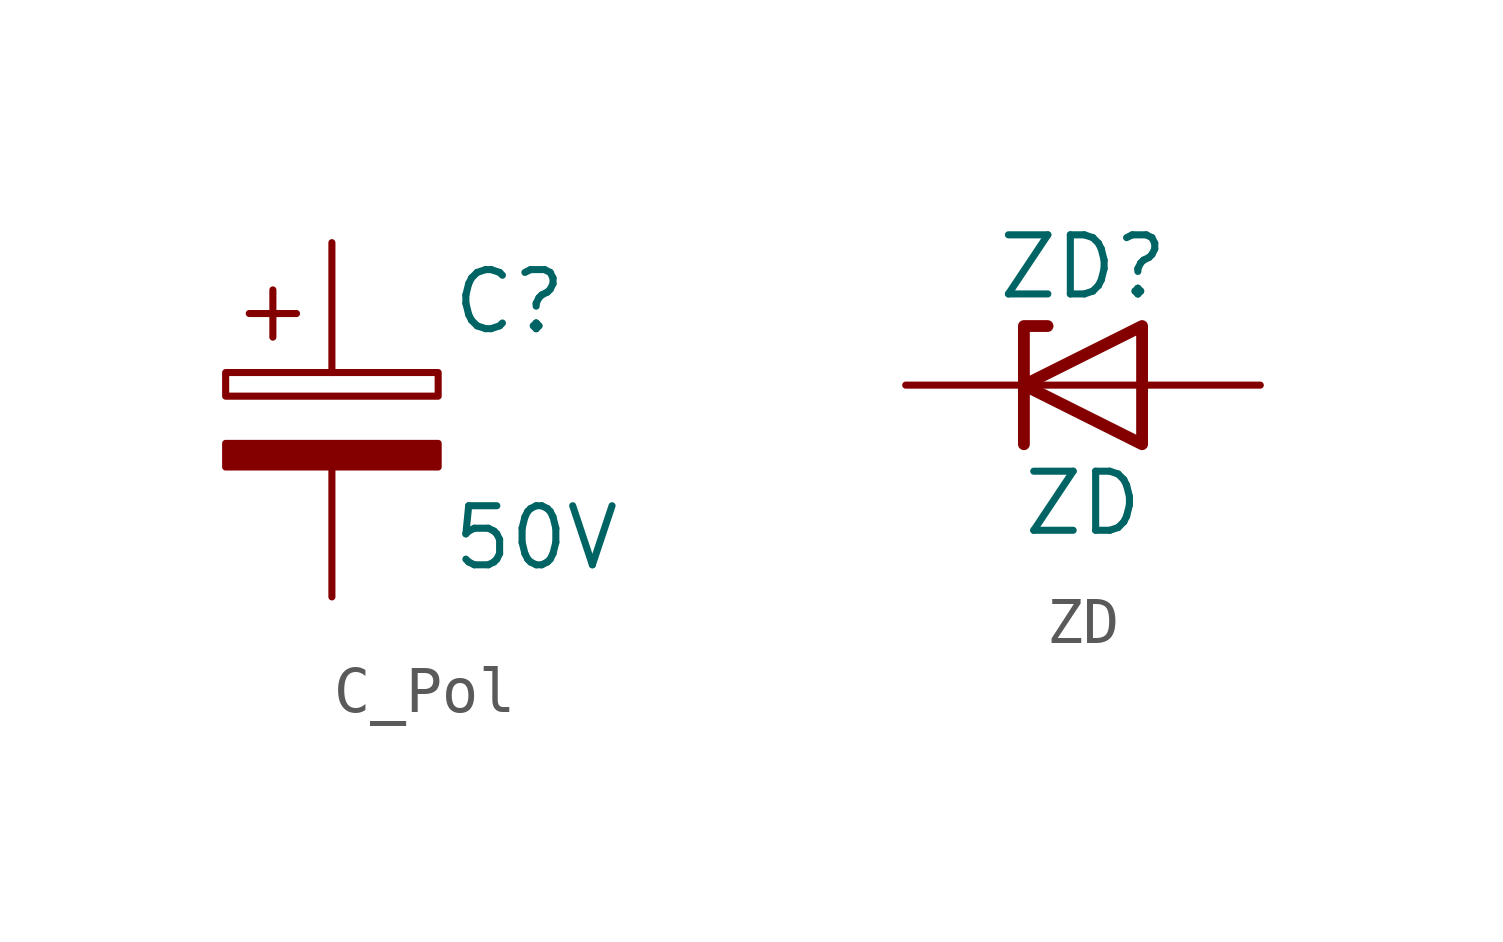
<source format=kicad_sym>
(kicad_symbol_lib
  (version 20220914)
  (generator kicad_symbol_editor)
  (symbol "C_Pol"
    (pin_numbers hide)
    (pin_names hide)
    (property "Reference" "C"
      (at 2.54 2.54 0)
      (do_not_autoplace)
      (effects (font (size 1.27 1.27)) (justify left)))
    (property "Value" ""
      (at 2.54 0 0)
      (do_not_autoplace)
      (effects (font (size 1.27 1.27)) (justify left)))
    (property "Voltage" "50V"
      (at 2.54 -2.54 0)
      (do_not_autoplace)
      (effects (font (size 1.27 1.27) (color 0 100 100 1)) (justify left)))
    (property "Manufacturer" ""
      (at 0 0 0)
      (effects (font (size 1.27 1.27))))
    (property "MPN" ""
      (at 0 0 0)
      (effects (font (size 1.27 1.27))))
    (symbol "C_Pol_0_1"
      (rectangle (start -2.286 0.508) (end 2.286 1.016) (stroke (width 0) (type default)) (fill (type none)))
      (polyline (pts (xy -1.778 2.286) (xy -0.762 2.286)) (stroke (width 0) (type default)) (fill (type none)))
      (polyline (pts (xy -1.27 2.794) (xy -1.27 1.778)) (stroke (width 0) (type default)) (fill (type none)))
      (rectangle (start 2.286 -0.508) (end -2.286 -1.016) (stroke (width 0) (type default)) (fill (type outline))))
    (symbol "C_Pol_1_1"
      (pin passive line (at 0 3.81 270) (length 2.794) (name "~" (effects (font (size 1.27 1.27)))) (number "1" (effects (font (size 1.27 1.27)))))
      (pin passive line (at 0 -3.81 90) (length 2.794) (name "~" (effects (font (size 1.27 1.27)))) (number "2" (effects (font (size 1.27 1.27)))))))
  (symbol "ZD"
    (pin_numbers hide)
    (pin_names
      (offset 1.016) hide)
    (property "Reference" "ZD"
      (at 0 2.54 0)
      (effects (font (size 1.27 1.27))))
    (property "Value" "ZD"
      (at 0 -2.54 0)
      (effects (font (size 1.27 1.27))))
    (symbol "ZD_0_1"
      (polyline (pts (xy 1.27 0) (xy -1.27 0)) (stroke (width 0) (type default)) (fill (type none)))
      (polyline (pts (xy -1.27 -1.27) (xy -1.27 1.27) (xy -0.762 1.27)) (stroke (width 0.254) (type default)) (fill (type none)))
      (polyline (pts (xy 1.27 -1.27) (xy 1.27 1.27) (xy -1.27 0) (xy 1.27 -1.27)) (stroke (width 0.254) (type default)) (fill (type none))))
    (symbol "ZD_1_1"
      (pin passive line (at -3.81 0 0) (length 2.54) (name "K" (effects (font (size 1.27 1.27)))) (number "1" (effects (font (size 1.27 1.27)))))
      (pin passive line (at 3.81 0 180) (length 2.54) (name "A" (effects (font (size 1.27 1.27)))) (number "2" (effects (font (size 1.27 1.27))))))))
</source>
